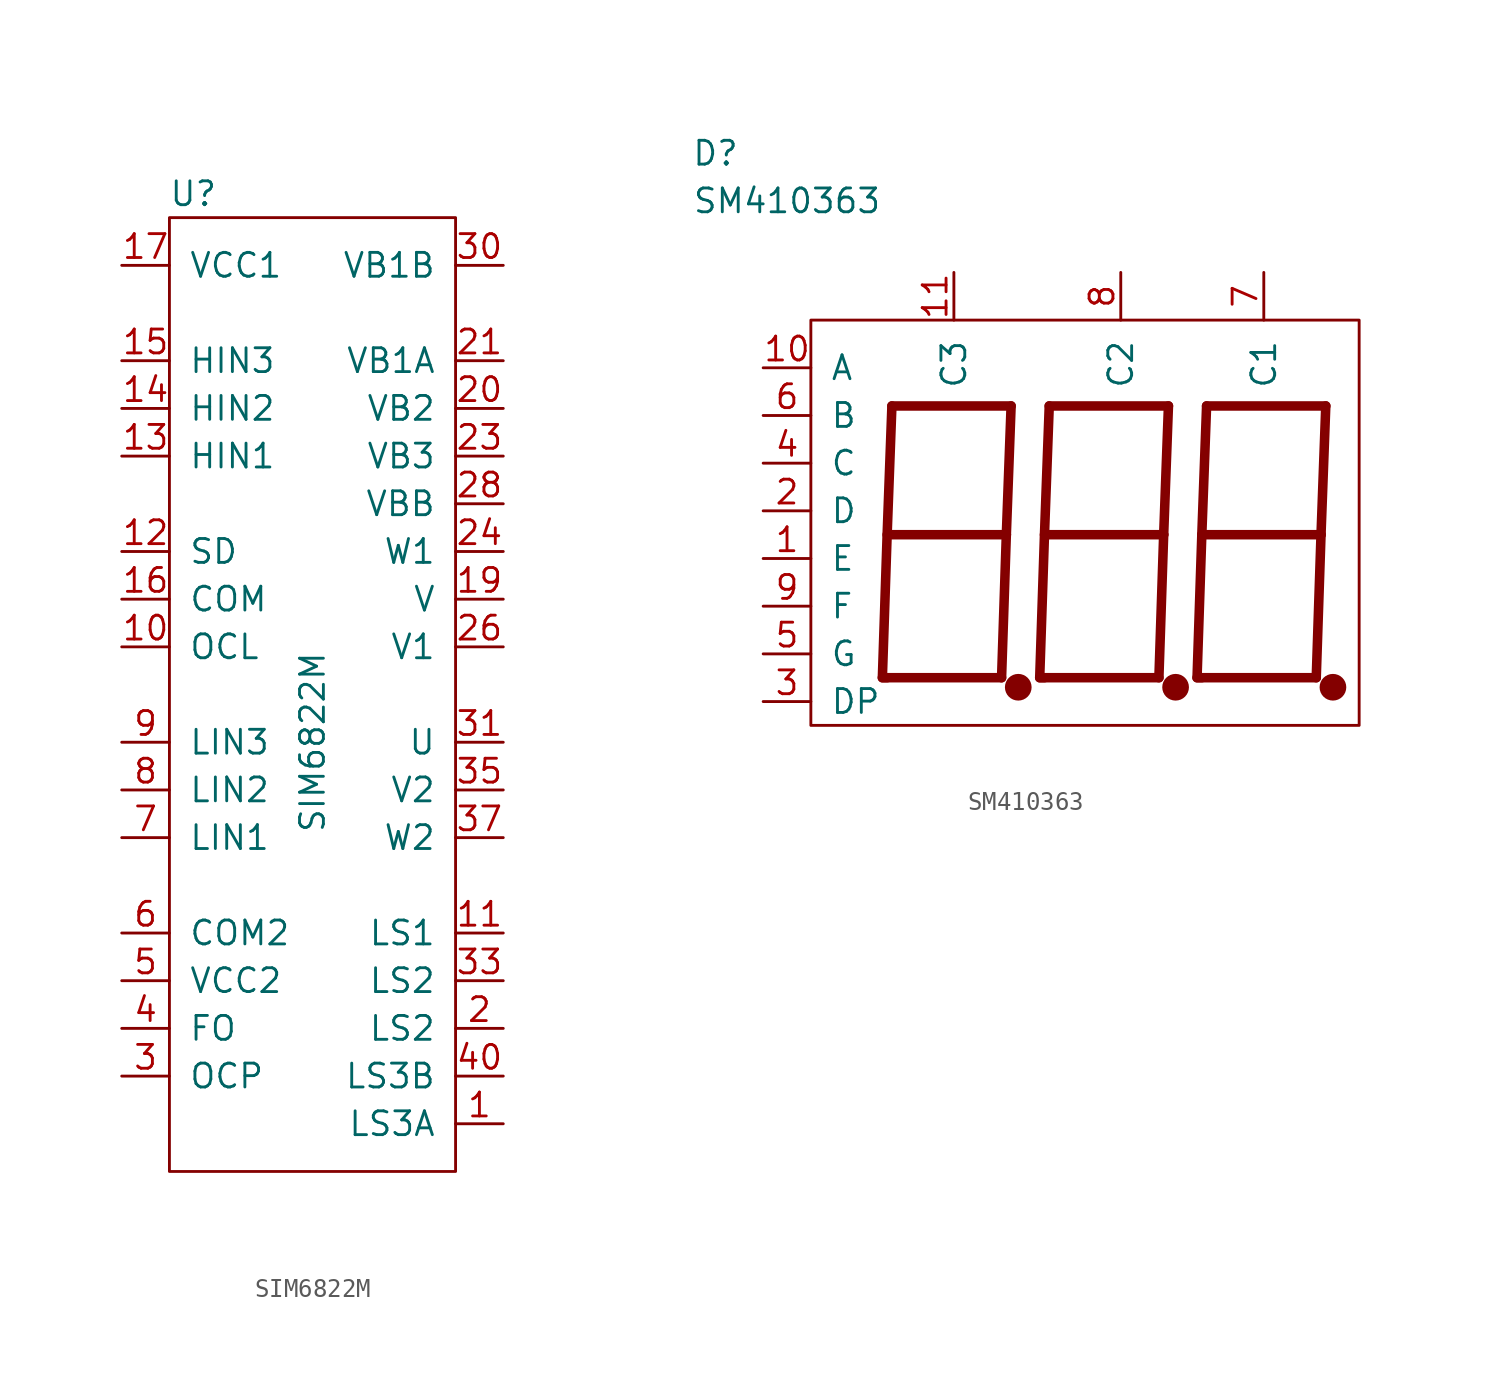
<source format=kicad_sym>
(kicad_symbol_lib
  (version 20241209)
  (generator "kicad_symbol_editor")
  (generator_version "9.0")
  (symbol "SIM6822M"
    (pin_names
      (offset 1.016))
    (property "Reference" "U"
      (at -6.35 26.67 0)
      (effects (font (size 1.27 1.27))))
    (property "Value" "SIM6822M"
      (at 0 -2.54 90)
      (effects (font (size 1.27 1.27))))
    (symbol "SIM6822M_0_0"
      (pin unspecified line (at -10.16 22.86 0) (length 2.54) (name "VCC1" (effects (font (size 1.27 1.27)))) (number "17" (effects (font (size 1.27 1.27)))))
      (pin unspecified line (at -10.16 17.78 0) (length 2.54) (name "HIN3" (effects (font (size 1.27 1.27)))) (number "15" (effects (font (size 1.27 1.27)))))
      (pin unspecified line (at -10.16 15.24 0) (length 2.54) (name "HIN2" (effects (font (size 1.27 1.27)))) (number "14" (effects (font (size 1.27 1.27)))))
      (pin unspecified line (at -10.16 12.7 0) (length 2.54) (name "HIN1" (effects (font (size 1.27 1.27)))) (number "13" (effects (font (size 1.27 1.27)))))
      (pin unspecified line (at -10.16 7.62 0) (length 2.54) (name "SD" (effects (font (size 1.27 1.27)))) (number "12" (effects (font (size 1.27 1.27)))))
      (pin unspecified line (at -10.16 5.08 0) (length 2.54) (name "COM" (effects (font (size 1.27 1.27)))) (number "16" (effects (font (size 1.27 1.27)))))
      (pin unspecified line (at -10.16 2.54 0) (length 2.54) (name "OCL" (effects (font (size 1.27 1.27)))) (number "10" (effects (font (size 1.27 1.27)))))
      (pin unspecified line (at -10.16 -2.54 0) (length 2.54) (name "LIN3" (effects (font (size 1.27 1.27)))) (number "9" (effects (font (size 1.27 1.27)))))
      (pin unspecified line (at -10.16 -5.08 0) (length 2.54) (name "LIN2" (effects (font (size 1.27 1.27)))) (number "8" (effects (font (size 1.27 1.27)))))
      (pin unspecified line (at -10.16 -7.62 0) (length 2.54) (name "LIN1" (effects (font (size 1.27 1.27)))) (number "7" (effects (font (size 1.27 1.27)))))
      (pin unspecified line (at -10.16 -12.7 0) (length 2.54) (name "COM2" (effects (font (size 1.27 1.27)))) (number "6" (effects (font (size 1.27 1.27)))))
      (pin unspecified line (at -10.16 -15.24 0) (length 2.54) (name "VCC2" (effects (font (size 1.27 1.27)))) (number "5" (effects (font (size 1.27 1.27)))))
      (pin unspecified line (at -10.16 -17.78 0) (length 2.54) (name "FO" (effects (font (size 1.27 1.27)))) (number "4" (effects (font (size 1.27 1.27)))))
      (pin unspecified line (at -10.16 -20.32 0) (length 2.54) (name "OCP" (effects (font (size 1.27 1.27)))) (number "3" (effects (font (size 1.27 1.27)))))
      (pin unspecified line (at 10.16 22.86 180) (length 2.54) (name "VB1B" (effects (font (size 1.27 1.27)))) (number "30" (effects (font (size 1.27 1.27)))))
      (pin unspecified line (at 10.16 17.78 180) (length 2.54) (name "VB1A" (effects (font (size 1.27 1.27)))) (number "21" (effects (font (size 1.27 1.27)))))
      (pin unspecified line (at 10.16 15.24 180) (length 2.54) (name "VB2" (effects (font (size 1.27 1.27)))) (number "20" (effects (font (size 1.27 1.27)))))
      (pin unspecified line (at 10.16 12.7 180) (length 2.54) (name "VB3" (effects (font (size 1.27 1.27)))) (number "23" (effects (font (size 1.27 1.27)))))
      (pin unspecified line (at 10.16 10.16 180) (length 2.54) (name "VBB" (effects (font (size 1.27 1.27)))) (number "28" (effects (font (size 1.27 1.27)))))
      (pin unspecified line (at 10.16 7.62 180) (length 2.54) (name "W1" (effects (font (size 1.27 1.27)))) (number "24" (effects (font (size 1.27 1.27)))))
      (pin unspecified line (at 10.16 5.08 180) (length 2.54) (name "V" (effects (font (size 1.27 1.27)))) (number "19" (effects (font (size 1.27 1.27)))))
      (pin unspecified line (at 10.16 2.54 180) (length 2.54) (name "V1" (effects (font (size 1.27 1.27)))) (number "26" (effects (font (size 1.27 1.27)))))
      (pin unspecified line (at 10.16 -2.54 180) (length 2.54) (name "U" (effects (font (size 1.27 1.27)))) (number "31" (effects (font (size 1.27 1.27)))))
      (pin unspecified line (at 10.16 -5.08 180) (length 2.54) (name "V2" (effects (font (size 1.27 1.27)))) (number "35" (effects (font (size 1.27 1.27)))))
      (pin unspecified line (at 10.16 -7.62 180) (length 2.54) (name "W2" (effects (font (size 1.27 1.27)))) (number "37" (effects (font (size 1.27 1.27)))))
      (pin unspecified line (at 10.16 -12.7 180) (length 2.54) (name "LS1" (effects (font (size 1.27 1.27)))) (number "11" (effects (font (size 1.27 1.27)))))
      (pin unspecified line (at 10.16 -15.24 180) (length 2.54) (name "LS2" (effects (font (size 1.27 1.27)))) (number "33" (effects (font (size 1.27 1.27)))))
      (pin unspecified line (at 10.16 -17.78 180) (length 2.54) (name "LS2" (effects (font (size 1.27 1.27)))) (number "2" (effects (font (size 1.27 1.27)))))
      (pin unspecified line (at 10.16 -20.32 180) (length 2.54) (name "LS3B" (effects (font (size 1.27 1.27)))) (number "40" (effects (font (size 1.27 1.27)))))
      (pin unspecified line (at 10.16 -22.86 180) (length 2.54) (name "LS3A" (effects (font (size 1.27 1.27)))) (number "1" (effects (font (size 1.27 1.27))))))
    (symbol "SIM6822M_0_1"
      (rectangle (start -7.62 25.4) (end 7.62 -25.4) (stroke (width 0) (type solid)) (fill (type none)))))
  (symbol "SM410363"
    (pin_names
      (offset 1.016))
    (property "Reference" "D"
      (at -5.08 8.89 0)
      (effects (font (size 1.27 1.27))))
    (property "Value" "SM410363"
      (at -1.27 6.35 0)
      (effects (font (size 1.27 1.27))))
    (symbol "SM410363_0_1"
      (rectangle (start 0 0) (end 29.21 -21.59) (stroke (width 0) (type solid)) (fill (type none)))
      (polyline (pts (xy 3.81 -19.05) (xy 10.16 -19.05)) (stroke (width 0.508) (type solid)) (fill (type none)))
      (polyline (pts (xy 4.064 -11.43) (xy 10.414 -11.43)) (stroke (width 0.508) (type solid)) (fill (type none)))
      (polyline (pts (xy 4.318 -4.572) (xy 10.668 -4.572)) (stroke (width 0.508) (type solid)) (fill (type none)))
      (polyline (pts (xy 4.318 -4.572) (xy 4.064 -11.43) (xy 3.81 -19.05) (xy 4.064 -19.05)) (stroke (width 0.508) (type solid)) (fill (type none)))
      (polyline (pts (xy 10.414 -11.43) (xy 10.16 -19.05)) (stroke (width 0.508) (type solid)) (fill (type none)))
      (polyline (pts (xy 10.668 -4.572) (xy 10.414 -11.43)) (stroke (width 0.508) (type solid)) (fill (type none)))
      (circle (center 11.049 -19.558) (radius 0.457) (stroke (width 0.508) (type solid)) (fill (type outline)))
      (polyline (pts (xy 12.192 -19.05) (xy 18.542 -19.05)) (stroke (width 0.508) (type solid)) (fill (type none)))
      (polyline (pts (xy 12.446 -11.43) (xy 18.796 -11.43)) (stroke (width 0.508) (type solid)) (fill (type none)))
      (polyline (pts (xy 12.7 -4.572) (xy 19.05 -4.572)) (stroke (width 0.508) (type solid)) (fill (type none)))
      (polyline (pts (xy 12.7 -4.572) (xy 12.446 -11.43) (xy 12.192 -19.05) (xy 12.446 -19.05)) (stroke (width 0.508) (type solid)) (fill (type none)))
      (polyline (pts (xy 18.796 -11.43) (xy 18.542 -19.05)) (stroke (width 0.508) (type solid)) (fill (type none)))
      (polyline (pts (xy 19.05 -4.572) (xy 18.796 -11.43)) (stroke (width 0.508) (type solid)) (fill (type none)))
      (circle (center 19.431 -19.558) (radius 0.457) (stroke (width 0.508) (type solid)) (fill (type outline)))
      (polyline (pts (xy 20.574 -19.05) (xy 26.924 -19.05)) (stroke (width 0.508) (type solid)) (fill (type none)))
      (polyline (pts (xy 20.828 -11.43) (xy 27.178 -11.43)) (stroke (width 0.508) (type solid)) (fill (type none)))
      (polyline (pts (xy 21.082 -4.572) (xy 27.432 -4.572)) (stroke (width 0.508) (type solid)) (fill (type none)))
      (polyline (pts (xy 21.082 -4.572) (xy 20.828 -11.43) (xy 20.574 -19.05) (xy 20.828 -19.05)) (stroke (width 0.508) (type solid)) (fill (type none)))
      (polyline (pts (xy 27.178 -11.43) (xy 26.924 -19.05)) (stroke (width 0.508) (type solid)) (fill (type none)))
      (polyline (pts (xy 27.432 -4.572) (xy 27.178 -11.43)) (stroke (width 0.508) (type solid)) (fill (type none)))
      (circle (center 27.813 -19.558) (radius 0.457) (stroke (width 0.508) (type solid)) (fill (type outline))))
    (symbol "SM410363_1_1"
      (pin input line (at -2.54 -2.54 0) (length 2.54) (name "A" (effects (font (size 1.27 1.27)))) (number "10" (effects (font (size 1.27 1.27)))))
      (pin input line (at -2.54 -5.08 0) (length 2.54) (name "B" (effects (font (size 1.27 1.27)))) (number "6" (effects (font (size 1.27 1.27)))))
      (pin input line (at -2.54 -7.62 0) (length 2.54) (name "C" (effects (font (size 1.27 1.27)))) (number "4" (effects (font (size 1.27 1.27)))))
      (pin input line (at -2.54 -10.16 0) (length 2.54) (name "D" (effects (font (size 1.27 1.27)))) (number "2" (effects (font (size 1.27 1.27)))))
      (pin input line (at -2.54 -12.7 0) (length 2.54) (name "E" (effects (font (size 1.27 1.27)))) (number "1" (effects (font (size 1.27 1.27)))))
      (pin input line (at -2.54 -15.24 0) (length 2.54) (name "F" (effects (font (size 1.27 1.27)))) (number "9" (effects (font (size 1.27 1.27)))))
      (pin input line (at -2.54 -17.78 0) (length 2.54) (name "G" (effects (font (size 1.27 1.27)))) (number "5" (effects (font (size 1.27 1.27)))))
      (pin input line (at -2.54 -20.32 0) (length 2.54) (name "DP" (effects (font (size 1.27 1.27)))) (number "3" (effects (font (size 1.27 1.27)))))
      (pin power_in line (at 7.62 2.54 270) (length 2.54) (name "C3" (effects (font (size 1.27 1.27)))) (number "11" (effects (font (size 1.27 1.27)))))
      (pin power_in line (at 16.51 2.54 270) (length 2.54) (name "C2" (effects (font (size 1.27 1.27)))) (number "8" (effects (font (size 1.27 1.27)))))
      (pin power_in line (at 24.13 2.54 270) (length 2.54) (name "C1" (effects (font (size 1.27 1.27)))) (number "7" (effects (font (size 1.27 1.27))))))))
</source>
